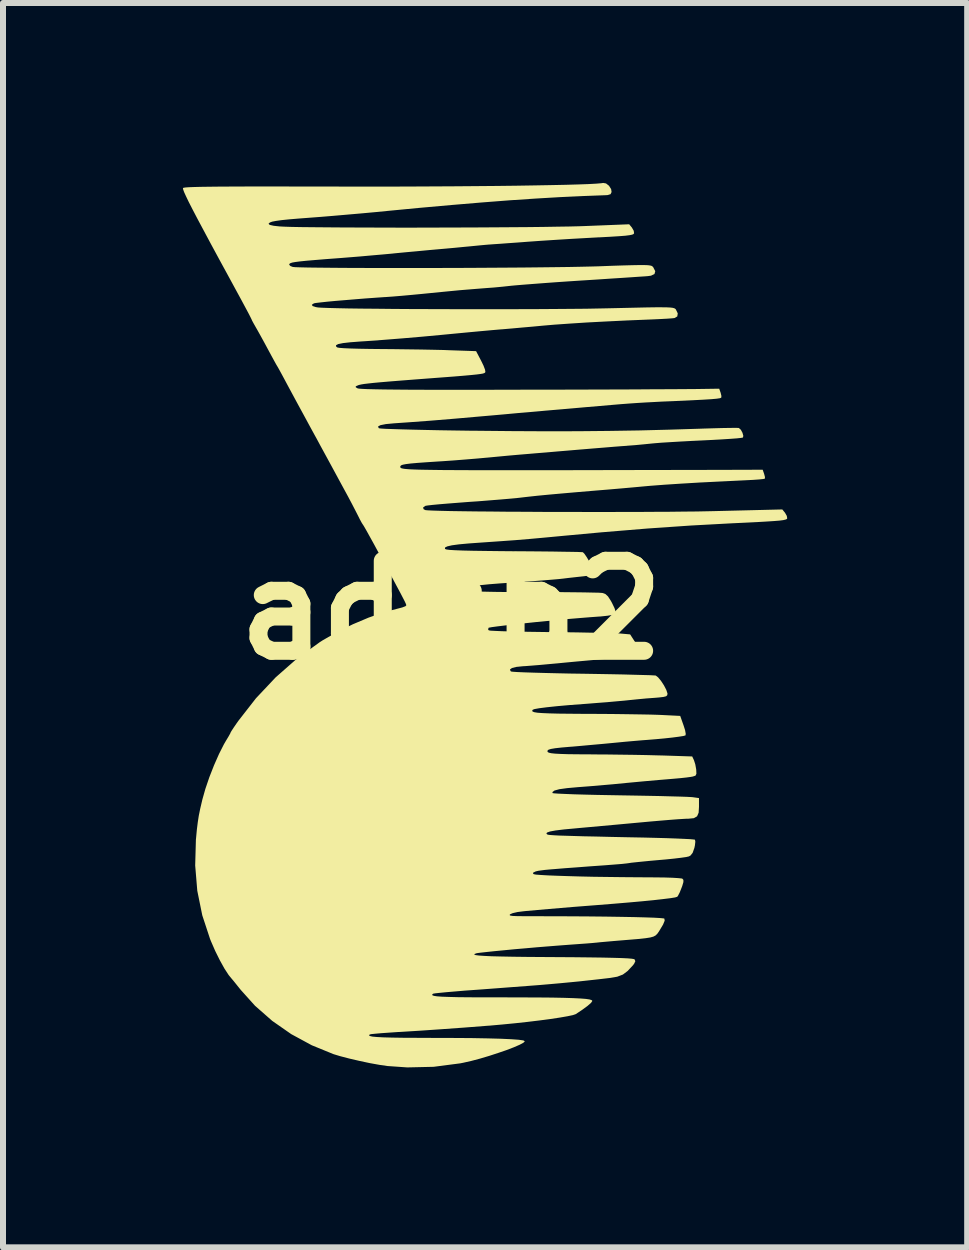
<source format=kicad_pcb>
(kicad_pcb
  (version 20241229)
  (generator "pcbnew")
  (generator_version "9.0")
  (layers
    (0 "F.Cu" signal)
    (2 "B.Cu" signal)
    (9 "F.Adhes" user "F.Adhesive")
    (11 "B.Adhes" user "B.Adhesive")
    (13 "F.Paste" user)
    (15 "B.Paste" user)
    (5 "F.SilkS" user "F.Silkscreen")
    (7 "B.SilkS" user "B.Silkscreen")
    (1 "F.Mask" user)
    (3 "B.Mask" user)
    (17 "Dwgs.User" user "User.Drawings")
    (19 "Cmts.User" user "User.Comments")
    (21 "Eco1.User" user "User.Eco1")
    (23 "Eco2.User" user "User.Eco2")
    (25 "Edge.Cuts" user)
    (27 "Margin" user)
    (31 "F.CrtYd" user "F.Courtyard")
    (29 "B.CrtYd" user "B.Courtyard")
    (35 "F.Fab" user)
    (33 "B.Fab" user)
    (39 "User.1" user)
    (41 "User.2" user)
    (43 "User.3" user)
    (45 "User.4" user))
  (footprint "adlib2"
    (layer "F.Cu")
    (at 4.474 7.121)
    (property "Reference" "adlib2" (at 0 0 0) (layer "F.SilkS") (effects (font (size 1.5 1.5) (thickness 0.3))))
    (attr board_only exclude_from_pos_files exclude_from_bom)
    (fp_poly (pts (xy 2.579 -7.113) (xy 2.629 -7.074) (xy 2.664 -7.019) (xy 2.672 -6.97) (xy 2.655 -6.934) (xy 2.607 -6.919) (xy 2.578 -6.917) (xy 2.206 -6.903) (xy 1.818 -6.885) (xy 1.41 -6.861) (xy 0.976 -6.832) (xy 0.512 -6.796) (xy 0.012 -6.754) (xy -0.527 -6.706) (xy -1.039 -6.657) (xy -1.263 -6.635) (xy -1.503 -6.613) (xy -1.745 -6.592) (xy -1.976 -6.572) (xy -2.182 -6.555) (xy -2.327 -6.544) (xy -2.538 -6.528) (xy -2.705 -6.514) (xy -2.831 -6.501) (xy -2.923 -6.488) (xy -2.986 -6.476) (xy -3.024 -6.462) (xy -3.043 -6.446) (xy -3.046 -6.44) (xy -3.028 -6.422) (xy -2.962 -6.407) (xy -2.86 -6.396) (xy -2.783 -6.392) (xy -2.661 -6.388) (xy -2.497 -6.385) (xy -2.297 -6.383) (xy -2.066 -6.381) (xy -1.807 -6.379) (xy -1.525 -6.378) (xy -1.225 -6.377) (xy -0.912 -6.376) (xy -0.59 -6.376) (xy -0.263 -6.377) (xy 0.064 -6.378) (xy 0.386 -6.379) (xy 0.699 -6.381) (xy 0.998 -6.383) (xy 1.278 -6.385) (xy 1.536 -6.388) (xy 1.766 -6.392) (xy 1.965 -6.395) (xy 2.126 -6.399) (xy 2.215 -6.402) (xy 2.965 -6.432) (xy 3.01 -6.378) (xy 3.041 -6.324) (xy 3.047 -6.283) (xy 3.039 -6.27) (xy 3.015 -6.259) (xy 2.97 -6.25) (xy 2.898 -6.241) (xy 2.793 -6.233) (xy 2.65 -6.224) (xy 2.463 -6.214) (xy 2.452 -6.214) (xy 2.236 -6.202) (xy 1.989 -6.188) (xy 1.733 -6.172) (xy 1.487 -6.156) (xy 1.276 -6.141) (xy 1.106 -6.128) (xy 0.95 -6.117) (xy 0.816 -6.107) (xy 0.711 -6.1) (xy 0.644 -6.095) (xy 0.626 -6.094) (xy 0.568 -6.089) (xy 0.481 -6.081) (xy 0.4 -6.073) (xy 0.319 -6.065) (xy 0.201 -6.054) (xy 0.058 -6.04) (xy -0.096 -6.026) (xy -0.188 -6.018) (xy -0.368 -6.002) (xy -0.568 -5.983) (xy -0.766 -5.965) (xy -0.943 -5.948) (xy -0.988 -5.943) (xy -1.141 -5.929) (xy -1.326 -5.913) (xy -1.527 -5.895) (xy -1.726 -5.879) (xy -1.864 -5.868) (xy -2.092 -5.851) (xy -2.274 -5.836) (xy -2.416 -5.824) (xy -2.523 -5.813) (xy -2.6 -5.803) (xy -2.651 -5.794) (xy -2.682 -5.784) (xy -2.698 -5.773) (xy -2.702 -5.76) (xy -2.703 -5.757) (xy -2.682 -5.736) (xy -2.644 -5.721) (xy -2.603 -5.717) (xy -2.516 -5.714) (xy -2.388 -5.711) (xy -2.222 -5.709) (xy -2.023 -5.707) (xy -1.794 -5.705) (xy -1.54 -5.704) (xy -1.266 -5.703) (xy -0.974 -5.703) (xy -0.669 -5.703) (xy -0.356 -5.703) (xy -0.039 -5.704) (xy 0.279 -5.705) (xy 0.593 -5.707) (xy 0.899 -5.709) (xy 1.193 -5.711) (xy 1.47 -5.714) (xy 1.727 -5.717) (xy 1.96 -5.72) (xy 2.164 -5.724) (xy 2.335 -5.728) (xy 2.447 -5.731) (xy 2.68 -5.74) (xy 2.869 -5.746) (xy 3.018 -5.75) (xy 3.131 -5.752) (xy 3.215 -5.752) (xy 3.275 -5.75) (xy 3.314 -5.745) (xy 3.34 -5.738) (xy 3.355 -5.728) (xy 3.366 -5.716) (xy 3.4 -5.65) (xy 3.387 -5.603) (xy 3.329 -5.575) (xy 3.278 -5.568) (xy 3.229 -5.564) (xy 3.135 -5.558) (xy 3.004 -5.549) (xy 2.841 -5.538) (xy 2.653 -5.526) (xy 2.446 -5.512) (xy 2.226 -5.498) (xy 2.177 -5.495) (xy 1.95 -5.48) (xy 1.732 -5.465) (xy 1.528 -5.45) (xy 1.345 -5.436) (xy 1.191 -5.424) (xy 1.072 -5.414) (xy 0.996 -5.407) (xy 0.988 -5.406) (xy 0.859 -5.392) (xy 0.712 -5.378) (xy 0.577 -5.368) (xy 0.576 -5.368) (xy 0.375 -5.352) (xy 0.143 -5.333) (xy -0.127 -5.307) (xy -0.44 -5.276) (xy -0.5 -5.27) (xy -0.658 -5.255) (xy -0.823 -5.24) (xy -0.979 -5.227) (xy -1.105 -5.218) (xy -1.114 -5.218) (xy -1.27 -5.207) (xy -1.438 -5.195) (xy -1.61 -5.181) (xy -1.778 -5.167) (xy -1.935 -5.154) (xy -2.073 -5.141) (xy -2.183 -5.129) (xy -2.259 -5.12) (xy -2.29 -5.114) (xy -2.325 -5.091) (xy -2.313 -5.069) (xy -2.257 -5.051) (xy -2.221 -5.045) (xy -2.16 -5.041) (xy -2.052 -5.037) (xy -1.904 -5.033) (xy -1.719 -5.029) (xy -1.502 -5.026) (xy -1.257 -5.024) (xy -0.988 -5.021) (xy -0.7 -5.019) (xy -0.398 -5.018) (xy -0.086 -5.017) (xy 0.233 -5.016) (xy 0.552 -5.016) (xy 0.869 -5.016) (xy 1.177 -5.017) (xy 1.474 -5.018) (xy 1.755 -5.02) (xy 2.014 -5.022) (xy 2.249 -5.024) (xy 2.453 -5.028) (xy 2.599 -5.031) (xy 2.863 -5.037) (xy 3.083 -5.042) (xy 3.261 -5.046) (xy 3.402 -5.048) (xy 3.512 -5.048) (xy 3.593 -5.047) (xy 3.652 -5.044) (xy 3.692 -5.039) (xy 3.717 -5.032) (xy 3.732 -5.024) (xy 3.743 -5.013) (xy 3.743 -5.013) (xy 3.775 -4.947) (xy 3.767 -4.896) (xy 3.722 -4.869) (xy 3.678 -4.864) (xy 3.594 -4.858) (xy 3.481 -4.852) (xy 3.351 -4.846) (xy 3.303 -4.844) (xy 2.936 -4.829) (xy 2.587 -4.812) (xy 2.262 -4.795) (xy 1.969 -4.776) (xy 1.713 -4.758) (xy 1.527 -4.742) (xy 1.358 -4.726) (xy 1.175 -4.71) (xy 0.997 -4.694) (xy 0.846 -4.681) (xy 0.826 -4.68) (xy 0.678 -4.667) (xy 0.501 -4.651) (xy 0.318 -4.634) (xy 0.149 -4.618) (xy 0.138 -4.617) (xy -0.165 -4.588) (xy -0.488 -4.558) (xy -0.816 -4.53) (xy -1.131 -4.505) (xy -1.419 -4.484) (xy -1.513 -4.478) (xy -1.683 -4.465) (xy -1.806 -4.451) (xy -1.885 -4.435) (xy -1.922 -4.416) (xy -1.921 -4.395) (xy -1.902 -4.379) (xy -1.867 -4.372) (xy -1.79 -4.366) (xy -1.675 -4.361) (xy -1.531 -4.357) (xy -1.362 -4.354) (xy -1.177 -4.352) (xy -1.164 -4.352) (xy -0.951 -4.35) (xy -0.729 -4.347) (xy -0.508 -4.344) (xy -0.303 -4.34) (xy -0.126 -4.336) (xy -0.025 -4.332) (xy 0.413 -4.317) (xy 0.496 -4.159) (xy 0.536 -4.077) (xy 0.562 -4.009) (xy 0.568 -3.97) (xy 0.567 -3.969) (xy 0.562 -3.959) (xy 0.549 -3.951) (xy 0.525 -3.943) (xy 0.484 -3.936) (xy 0.422 -3.928) (xy 0.333 -3.919) (xy 0.213 -3.908) (xy 0.057 -3.895) (xy -0.14 -3.88) (xy -0.325 -3.866) (xy -0.601 -3.845) (xy -0.832 -3.827) (xy -1.021 -3.812) (xy -1.173 -3.799) (xy -1.293 -3.788) (xy -1.384 -3.778) (xy -1.452 -3.77) (xy -1.5 -3.762) (xy -1.532 -3.755) (xy -1.549 -3.75) (xy -1.593 -3.731) (xy -1.593 -3.715) (xy -1.564 -3.697) (xy -1.54 -3.692) (xy -1.486 -3.688) (xy -1.399 -3.684) (xy -1.279 -3.681) (xy -1.122 -3.678) (xy -0.928 -3.676) (xy -0.694 -3.674) (xy -0.419 -3.673) (xy -0.101 -3.673) (xy 0.262 -3.673) (xy 0.672 -3.673) (xy 1.064 -3.674) (xy 1.429 -3.675) (xy 1.786 -3.675) (xy 2.133 -3.676) (xy 2.464 -3.677) (xy 2.775 -3.678) (xy 3.063 -3.679) (xy 3.324 -3.681) (xy 3.553 -3.682) (xy 3.747 -3.683) (xy 3.901 -3.684) (xy 4.011 -3.685) (xy 4.053 -3.685) (xy 4.466 -3.691) (xy 4.49 -3.623) (xy 4.503 -3.569) (xy 4.5 -3.541) (xy 4.477 -3.532) (xy 4.422 -3.524) (xy 4.333 -3.516) (xy 4.204 -3.508) (xy 4.032 -3.499) (xy 3.891 -3.492) (xy 3.685 -3.483) (xy 3.513 -3.476) (xy 3.364 -3.468) (xy 3.23 -3.461) (xy 3.101 -3.453) (xy 2.97 -3.444) (xy 2.826 -3.433) (xy 2.661 -3.419) (xy 2.465 -3.402) (xy 2.23 -3.382) (xy 2.196 -3.379) (xy 2.071 -3.368) (xy 1.912 -3.354) (xy 1.737 -3.339) (xy 1.561 -3.324) (xy 1.476 -3.316) (xy 1.307 -3.301) (xy 1.104 -3.284) (xy 0.888 -3.264) (xy 0.674 -3.245) (xy 0.5 -3.23) (xy 0.068 -3.192) (xy -0.343 -3.158) (xy -0.721 -3.13) (xy -0.952 -3.114) (xy -1.091 -3.101) (xy -1.181 -3.083) (xy -1.221 -3.062) (xy -1.212 -3.036) (xy -1.205 -3.031) (xy -1.174 -3.027) (xy -1.098 -3.022) (xy -0.98 -3.018) (xy -0.826 -3.013) (xy -0.639 -3.008) (xy -0.424 -3.003) (xy -0.184 -2.998) (xy 0.074 -2.994) (xy 0.348 -2.99) (xy 0.397 -2.99) (xy 1.005 -2.984) (xy 1.572 -2.981) (xy 2.109 -2.982) (xy 2.625 -2.987) (xy 3.131 -2.995) (xy 3.635 -3.008) (xy 4.147 -3.024) (xy 4.204 -3.026) (xy 4.368 -3.031) (xy 4.516 -3.035) (xy 4.639 -3.037) (xy 4.732 -3.038) (xy 4.785 -3.037) (xy 4.795 -3.035) (xy 4.827 -3.006) (xy 4.854 -2.956) (xy 4.868 -2.905) (xy 4.862 -2.877) (xy 4.833 -2.871) (xy 4.76 -2.863) (xy 4.651 -2.855) (xy 4.513 -2.846) (xy 4.352 -2.837) (xy 4.192 -2.829) (xy 4.003 -2.82) (xy 3.82 -2.81) (xy 3.651 -2.8) (xy 3.506 -2.791) (xy 3.395 -2.782) (xy 3.341 -2.777) (xy 3.212 -2.764) (xy 3.064 -2.75) (xy 2.93 -2.74) (xy 2.928 -2.739) (xy 2.839 -2.733) (xy 2.711 -2.723) (xy 2.555 -2.71) (xy 2.382 -2.696) (xy 2.202 -2.681) (xy 2.14 -2.676) (xy 1.952 -2.66) (xy 1.761 -2.644) (xy 1.578 -2.628) (xy 1.416 -2.615) (xy 1.289 -2.604) (xy 1.264 -2.602) (xy 1.121 -2.59) (xy 0.95 -2.575) (xy 0.77 -2.558) (xy 0.602 -2.542) (xy 0.588 -2.541) (xy 0.423 -2.526) (xy 0.228 -2.51) (xy 0.026 -2.494) (xy -0.162 -2.481) (xy -0.213 -2.478) (xy -0.41 -2.465) (xy -0.562 -2.454) (xy -0.676 -2.444) (xy -0.756 -2.434) (xy -0.808 -2.424) (xy -0.837 -2.413) (xy -0.849 -2.4) (xy -0.851 -2.392) (xy -0.851 -2.384) (xy -0.849 -2.377) (xy -0.843 -2.371) (xy -0.832 -2.365) (xy -0.812 -2.36) (xy -0.784 -2.355) (xy -0.744 -2.351) (xy -0.69 -2.347) (xy -0.621 -2.344) (xy -0.534 -2.341) (xy -0.428 -2.339) (xy -0.301 -2.337) (xy -0.15 -2.335) (xy 0.026 -2.334) (xy 0.229 -2.333) (xy 0.462 -2.332) (xy 0.725 -2.332) (xy 1.022 -2.332) (xy 1.354 -2.332) (xy 1.723 -2.332) (xy 2.13 -2.333) (xy 2.579 -2.334) (xy 3.071 -2.335) (xy 3.607 -2.336) (xy 4.191 -2.337) (xy 4.591 -2.338) (xy 5.191 -2.34) (xy 5.215 -2.271) (xy 5.229 -2.218) (xy 5.227 -2.191) (xy 5.198 -2.185) (xy 5.13 -2.178) (xy 5.032 -2.171) (xy 4.916 -2.165) (xy 4.506 -2.145) (xy 4.145 -2.127) (xy 3.828 -2.108) (xy 3.552 -2.09) (xy 3.316 -2.072) (xy 3.216 -2.063) (xy 3.042 -2.047) (xy 2.84 -2.029) (xy 2.632 -2.011) (xy 2.437 -1.995) (xy 2.377 -1.99) (xy 2.081 -1.965) (xy 1.829 -1.943) (xy 1.618 -1.924) (xy 1.441 -1.907) (xy 1.293 -1.891) (xy 1.171 -1.877) (xy 1.164 -1.876) (xy 1.084 -1.867) (xy 0.963 -1.856) (xy 0.811 -1.843) (xy 0.636 -1.829) (xy 0.449 -1.814) (xy 0.287 -1.803) (xy 0.107 -1.789) (xy -0.059 -1.776) (xy -0.203 -1.764) (xy -0.318 -1.753) (xy -0.396 -1.744) (xy -0.432 -1.738) (xy -0.432 -1.738) (xy -0.471 -1.71) (xy -0.462 -1.682) (xy -0.432 -1.667) (xy -0.392 -1.663) (xy -0.306 -1.659) (xy -0.179 -1.655) (xy -0.014 -1.651) (xy 0.184 -1.648) (xy 0.41 -1.645) (xy 0.662 -1.643) (xy 0.935 -1.64) (xy 1.224 -1.639) (xy 1.525 -1.637) (xy 1.834 -1.636) (xy 2.147 -1.636) (xy 2.46 -1.635) (xy 2.768 -1.636) (xy 3.067 -1.636) (xy 3.354 -1.638) (xy 3.623 -1.639) (xy 3.871 -1.642) (xy 4.093 -1.644) (xy 4.286 -1.648) (xy 4.379 -1.65) (xy 5.518 -1.678) (xy 5.563 -1.623) (xy 5.593 -1.57) (xy 5.6 -1.529) (xy 5.593 -1.518) (xy 5.572 -1.509) (xy 5.534 -1.5) (xy 5.473 -1.492) (xy 5.386 -1.485) (xy 5.266 -1.477) (xy 5.111 -1.468) (xy 4.914 -1.458) (xy 4.679 -1.447) (xy 3.997 -1.41) (xy 3.271 -1.36) (xy 2.507 -1.297) (xy 1.877 -1.239) (xy 1.581 -1.211) (xy 1.317 -1.187) (xy 1.067 -1.166) (xy 0.815 -1.148) (xy 0.543 -1.129) (xy 0.5 -1.126) (xy 0.29 -1.111) (xy 0.127 -1.096) (xy 0.009 -1.08) (xy -0.068 -1.062) (xy -0.105 -1.043) (xy -0.106 -1.022) (xy -0.102 -1.018) (xy -0.079 -1.01) (xy -0.024 -1.003) (xy 0.066 -0.998) (xy 0.192 -0.993) (xy 0.359 -0.989) (xy 0.568 -0.986) (xy 0.822 -0.983) (xy 1.046 -0.981) (xy 1.278 -0.98) (xy 1.496 -0.978) (xy 1.693 -0.976) (xy 1.864 -0.973) (xy 2.005 -0.971) (xy 2.11 -0.969) (xy 2.175 -0.966) (xy 2.193 -0.965) (xy 2.219 -0.939) (xy 2.258 -0.882) (xy 2.302 -0.808) (xy 2.344 -0.73) (xy 2.376 -0.66) (xy 2.392 -0.613) (xy 2.391 -0.602) (xy 2.361 -0.589) (xy 2.295 -0.575) (xy 2.208 -0.564) (xy 2.088 -0.551) (xy 1.953 -0.536) (xy 1.864 -0.525) (xy 1.79 -0.517) (xy 1.674 -0.507) (xy 1.528 -0.495) (xy 1.36 -0.482) (xy 1.179 -0.47) (xy 1.064 -0.462) (xy 0.826 -0.446) (xy 0.634 -0.431) (xy 0.486 -0.416) (xy 0.377 -0.401) (xy 0.303 -0.386) (xy 0.262 -0.369) (xy 0.25 -0.353) (xy 0.257 -0.34) (xy 0.279 -0.33) (xy 0.32 -0.321) (xy 0.385 -0.315) (xy 0.478 -0.309) (xy 0.601 -0.306) (xy 0.76 -0.303) (xy 0.958 -0.301) (xy 1.198 -0.3) (xy 1.426 -0.3) (xy 1.65 -0.3) (xy 1.861 -0.299) (xy 2.053 -0.297) (xy 2.22 -0.295) (xy 2.356 -0.292) (xy 2.456 -0.29) (xy 2.513 -0.286) (xy 2.522 -0.285) (xy 2.57 -0.267) (xy 2.612 -0.228) (xy 2.658 -0.157) (xy 2.678 -0.121) (xy 2.721 -0.032) (xy 2.738 0.024) (xy 2.731 0.058) (xy 2.73 0.06) (xy 2.689 0.079) (xy 2.605 0.094) (xy 2.481 0.107) (xy 2.459 0.108) (xy 2.322 0.118) (xy 2.16 0.131) (xy 1.98 0.146) (xy 1.789 0.163) (xy 1.593 0.182) (xy 1.399 0.201) (xy 1.212 0.221) (xy 1.04 0.239) (xy 0.889 0.257) (xy 0.765 0.272) (xy 0.676 0.284) (xy 0.627 0.293) (xy 0.62 0.296) (xy 0.614 0.327) (xy 0.626 0.338) (xy 0.657 0.343) (xy 0.733 0.347) (xy 0.847 0.352) (xy 0.995 0.356) (xy 1.171 0.36) (xy 1.37 0.363) (xy 1.586 0.366) (xy 1.661 0.367) (xy 1.887 0.369) (xy 2.104 0.372) (xy 2.304 0.376) (xy 2.482 0.379) (xy 2.63 0.383) (xy 2.743 0.386) (xy 2.814 0.39) (xy 2.823 0.391) (xy 2.981 0.405) (xy 3.071 0.544) (xy 3.116 0.616) (xy 3.146 0.669) (xy 3.157 0.709) (xy 3.142 0.737) (xy 3.097 0.757) (xy 3.019 0.772) (xy 2.902 0.785) (xy 2.741 0.799) (xy 2.678 0.804) (xy 2.488 0.821) (xy 2.279 0.84) (xy 2.069 0.859) (xy 1.879 0.877) (xy 1.777 0.887) (xy 1.623 0.901) (xy 1.471 0.915) (xy 1.336 0.926) (xy 1.231 0.934) (xy 1.193 0.936) (xy 1.086 0.947) (xy 1.012 0.965) (xy 0.978 0.989) (xy 0.987 1.016) (xy 0.997 1.024) (xy 1.028 1.028) (xy 1.104 1.033) (xy 1.22 1.038) (xy 1.371 1.043) (xy 1.551 1.048) (xy 1.756 1.053) (xy 1.98 1.058) (xy 2.198 1.061) (xy 2.436 1.065) (xy 2.66 1.069) (xy 2.864 1.073) (xy 3.043 1.078) (xy 3.192 1.082) (xy 3.306 1.085) (xy 3.38 1.089) (xy 3.408 1.091) (xy 3.447 1.121) (xy 3.496 1.18) (xy 3.545 1.255) (xy 3.584 1.33) (xy 3.603 1.388) (xy 3.604 1.395) (xy 3.599 1.42) (xy 3.58 1.437) (xy 3.536 1.448) (xy 3.459 1.457) (xy 3.385 1.463) (xy 3.25 1.473) (xy 3.103 1.487) (xy 2.973 1.5) (xy 2.965 1.501) (xy 2.878 1.51) (xy 2.753 1.521) (xy 2.6 1.535) (xy 2.43 1.548) (xy 2.256 1.562) (xy 2.227 1.564) (xy 1.974 1.583) (xy 1.761 1.602) (xy 1.591 1.62) (xy 1.466 1.636) (xy 1.388 1.65) (xy 1.358 1.661) (xy 1.348 1.678) (xy 1.355 1.691) (xy 1.383 1.702) (xy 1.436 1.711) (xy 1.519 1.717) (xy 1.635 1.722) (xy 1.788 1.726) (xy 1.982 1.728) (xy 2.222 1.73) (xy 2.297 1.73) (xy 2.522 1.731) (xy 2.745 1.733) (xy 2.957 1.736) (xy 3.149 1.739) (xy 3.315 1.742) (xy 3.445 1.746) (xy 3.516 1.749) (xy 3.816 1.764) (xy 3.871 1.92) (xy 3.897 2.001) (xy 3.908 2.063) (xy 3.904 2.089) (xy 3.868 2.099) (xy 3.791 2.111) (xy 3.683 2.125) (xy 3.554 2.139) (xy 3.414 2.152) (xy 3.278 2.163) (xy 3.186 2.17) (xy 3.057 2.181) (xy 2.908 2.194) (xy 2.753 2.209) (xy 2.69 2.215) (xy 2.522 2.231) (xy 2.342 2.247) (xy 2.168 2.263) (xy 2.021 2.276) (xy 1.99 2.278) (xy 1.838 2.291) (xy 1.731 2.303) (xy 1.66 2.315) (xy 1.619 2.328) (xy 1.603 2.344) (xy 1.602 2.351) (xy 1.607 2.366) (xy 1.626 2.377) (xy 1.665 2.386) (xy 1.728 2.393) (xy 1.819 2.398) (xy 1.945 2.402) (xy 2.111 2.404) (xy 2.32 2.405) (xy 2.361 2.406) (xy 2.575 2.407) (xy 2.805 2.41) (xy 3.035 2.413) (xy 3.252 2.417) (xy 3.441 2.422) (xy 3.528 2.424) (xy 4.016 2.44) (xy 4.045 2.502) (xy 4.067 2.57) (xy 4.082 2.653) (xy 4.083 2.664) (xy 4.086 2.728) (xy 4.071 2.76) (xy 4.025 2.775) (xy 3.991 2.781) (xy 3.918 2.791) (xy 3.815 2.802) (xy 3.702 2.812) (xy 3.679 2.814) (xy 3.476 2.831) (xy 3.224 2.853) (xy 2.925 2.881) (xy 2.69 2.904) (xy 2.562 2.915) (xy 2.405 2.929) (xy 2.24 2.942) (xy 2.109 2.952) (xy 1.931 2.968) (xy 1.801 2.986) (xy 1.72 3.008) (xy 1.686 3.033) (xy 1.688 3.051) (xy 1.715 3.055) (xy 1.786 3.06) (xy 1.898 3.065) (xy 2.044 3.071) (xy 2.22 3.076) (xy 2.421 3.081) (xy 2.64 3.085) (xy 2.808 3.088) (xy 3.043 3.092) (xy 3.266 3.096) (xy 3.471 3.1) (xy 3.652 3.105) (xy 3.804 3.109) (xy 3.921 3.113) (xy 3.998 3.117) (xy 4.023 3.119) (xy 4.129 3.134) (xy 4.129 3.28) (xy 4.123 3.378) (xy 4.097 3.438) (xy 4.043 3.469) (xy 3.951 3.478) (xy 3.924 3.478) (xy 3.871 3.481) (xy 3.775 3.487) (xy 3.645 3.497) (xy 3.489 3.51) (xy 3.315 3.525) (xy 3.141 3.541) (xy 2.934 3.56) (xy 2.718 3.58) (xy 2.506 3.599) (xy 2.31 3.617) (xy 2.144 3.632) (xy 2.059 3.64) (xy 1.875 3.657) (xy 1.737 3.674) (xy 1.645 3.691) (xy 1.595 3.709) (xy 1.585 3.727) (xy 1.598 3.739) (xy 1.61 3.744) (xy 1.633 3.748) (xy 1.671 3.751) (xy 1.727 3.755) (xy 1.806 3.759) (xy 1.909 3.762) (xy 2.042 3.766) (xy 2.208 3.771) (xy 2.41 3.775) (xy 2.652 3.781) (xy 2.938 3.787) (xy 3.203 3.792) (xy 3.403 3.797) (xy 3.588 3.802) (xy 3.75 3.808) (xy 3.885 3.814) (xy 3.985 3.819) (xy 4.046 3.825) (xy 4.062 3.828) (xy 4.068 3.861) (xy 4.061 3.924) (xy 4.052 3.965) (xy 4.023 4.047) (xy 3.986 4.093) (xy 3.959 4.107) (xy 3.914 4.117) (xy 3.829 4.129) (xy 3.713 4.143) (xy 3.576 4.157) (xy 3.46 4.167) (xy 3.314 4.18) (xy 3.182 4.193) (xy 3.074 4.204) (xy 2.999 4.212) (xy 2.969 4.217) (xy 2.925 4.223) (xy 2.842 4.232) (xy 2.731 4.241) (xy 2.602 4.251) (xy 2.565 4.254) (xy 2.298 4.273) (xy 2.077 4.29) (xy 1.897 4.303) (xy 1.753 4.315) (xy 1.641 4.324) (xy 1.556 4.332) (xy 1.495 4.34) (xy 1.451 4.346) (xy 1.421 4.353) (xy 1.403 4.358) (xy 1.362 4.379) (xy 1.365 4.396) (xy 1.376 4.403) (xy 1.413 4.41) (xy 1.494 4.416) (xy 1.614 4.423) (xy 1.767 4.429) (xy 1.949 4.435) (xy 2.153 4.441) (xy 2.375 4.446) (xy 2.608 4.449) (xy 2.847 4.452) (xy 3.087 4.454) (xy 3.241 4.455) (xy 3.407 4.456) (xy 3.557 4.458) (xy 3.684 4.462) (xy 3.781 4.468) (xy 3.838 4.474) (xy 3.851 4.477) (xy 3.869 4.498) (xy 3.869 4.534) (xy 3.85 4.599) (xy 3.839 4.628) (xy 3.809 4.704) (xy 3.78 4.761) (xy 3.767 4.779) (xy 3.732 4.79) (xy 3.651 4.803) (xy 3.529 4.818) (xy 3.369 4.836) (xy 3.175 4.855) (xy 2.951 4.875) (xy 2.702 4.896) (xy 2.44 4.917) (xy 2.029 4.949) (xy 1.626 4.983) (xy 1.251 5.016) (xy 1.195 5.022) (xy 1.102 5.034) (xy 1.024 5.052) (xy 0.982 5.07) (xy 0.971 5.083) (xy 0.984 5.093) (xy 1.025 5.099) (xy 1.102 5.102) (xy 1.219 5.103) (xy 1.289 5.103) (xy 1.644 5.104) (xy 1.979 5.105) (xy 2.29 5.107) (xy 2.574 5.11) (xy 2.828 5.114) (xy 3.049 5.118) (xy 3.233 5.123) (xy 3.379 5.128) (xy 3.482 5.134) (xy 3.541 5.14) (xy 3.552 5.144) (xy 3.557 5.178) (xy 3.53 5.243) (xy 3.49 5.31) (xy 3.461 5.358) (xy 3.435 5.395) (xy 3.407 5.423) (xy 3.37 5.443) (xy 3.316 5.458) (xy 3.239 5.47) (xy 3.131 5.482) (xy 2.986 5.494) (xy 2.84 5.506) (xy 2.708 5.517) (xy 2.584 5.528) (xy 2.483 5.537) (xy 2.417 5.544) (xy 2.415 5.544) (xy 2.353 5.55) (xy 2.254 5.558) (xy 2.13 5.567) (xy 1.993 5.577) (xy 1.952 5.58) (xy 1.793 5.592) (xy 1.617 5.606) (xy 1.43 5.621) (xy 1.24 5.638) (xy 1.053 5.654) (xy 0.878 5.671) (xy 0.721 5.686) (xy 0.589 5.7) (xy 0.489 5.711) (xy 0.429 5.719) (xy 0.417 5.722) (xy 0.387 5.733) (xy 0.383 5.743) (xy 0.407 5.752) (xy 0.461 5.759) (xy 0.548 5.765) (xy 0.67 5.771) (xy 0.832 5.775) (xy 1.033 5.779) (xy 1.279 5.782) (xy 1.571 5.784) (xy 1.719 5.785) (xy 2.032 5.787) (xy 2.298 5.79) (xy 2.518 5.793) (xy 2.697 5.797) (xy 2.837 5.801) (xy 2.94 5.806) (xy 3.009 5.812) (xy 3.047 5.819) (xy 3.055 5.823) (xy 3.068 5.853) (xy 3.047 5.897) (xy 3.026 5.924) (xy 2.94 6.016) (xy 2.86 6.076) (xy 2.766 6.112) (xy 2.64 6.133) (xy 2.633 6.134) (xy 2.453 6.155) (xy 2.289 6.173) (xy 2.133 6.19) (xy 1.979 6.205) (xy 1.822 6.22) (xy 1.653 6.235) (xy 1.467 6.251) (xy 1.258 6.267) (xy 1.018 6.285) (xy 0.742 6.306) (xy 0.422 6.33) (xy 0.405 6.331) (xy 0.224 6.344) (xy 0.06 6.358) (xy -0.082 6.37) (xy -0.194 6.381) (xy -0.269 6.389) (xy -0.302 6.395) (xy -0.303 6.395) (xy -0.319 6.409) (xy -0.316 6.421) (xy -0.29 6.431) (xy -0.238 6.439) (xy -0.157 6.445) (xy -0.043 6.449) (xy 0.107 6.453) (xy 0.296 6.455) (xy 0.529 6.456) (xy 0.808 6.456) (xy 0.836 6.456) (xy 1.163 6.457) (xy 1.443 6.458) (xy 1.679 6.46) (xy 1.874 6.464) (xy 2.031 6.469) (xy 2.153 6.475) (xy 2.243 6.482) (xy 2.304 6.491) (xy 2.339 6.502) (xy 2.351 6.515) (xy 2.351 6.516) (xy 2.33 6.547) (xy 2.273 6.597) (xy 2.185 6.662) (xy 2.075 6.735) (xy 2.074 6.736) (xy 2.027 6.752) (xy 1.937 6.771) (xy 1.81 6.793) (xy 1.653 6.817) (xy 1.471 6.841) (xy 1.272 6.865) (xy 1.061 6.888) (xy 0.846 6.909) (xy 0.633 6.928) (xy 0.613 6.929) (xy 0.201 6.961) (xy -0.174 6.988) (xy -0.524 7.012) (xy -0.861 7.033) (xy -0.888 7.034) (xy -1.033 7.044) (xy -1.162 7.053) (xy -1.265 7.062) (xy -1.334 7.069) (xy -1.36 7.075) (xy -1.372 7.088) (xy -1.359 7.1) (xy -1.317 7.11) (xy -1.244 7.117) (xy -1.135 7.123) (xy -0.988 7.127) (xy -0.799 7.13) (xy -0.567 7.131) (xy -0.348 7.132) (xy 0.016 7.133) (xy 0.333 7.135) (xy 0.602 7.14) (xy 0.824 7.146) (xy 0.998 7.154) (xy 1.123 7.163) (xy 1.2 7.174) (xy 1.226 7.187) (xy 1.226 7.187) (xy 1.203 7.212) (xy 1.14 7.246) (xy 1.043 7.288) (xy 0.921 7.335) (xy 0.781 7.383) (xy 0.631 7.432) (xy 0.48 7.477) (xy 0.333 7.516) (xy 0.2 7.546) (xy 0.15 7.556) (xy -0.295 7.614) (xy -0.734 7.624) (xy -1.063 7.601) (xy -1.195 7.582) (xy -1.356 7.553) (xy -1.53 7.516) (xy -1.702 7.476) (xy -1.855 7.436) (xy -1.964 7.403) (xy -2.326 7.255) (xy -2.669 7.069) (xy -2.986 6.848) (xy -3.272 6.597) (xy -3.511 6.331) (xy -3.572 6.255) (xy -3.621 6.194) (xy -3.649 6.16) (xy -3.653 6.156) (xy -3.712 6.084) (xy -3.783 5.975) (xy -3.859 5.838) (xy -3.936 5.683) (xy -4.007 5.52) (xy -4.023 5.48) (xy -4.152 5.088) (xy -4.235 4.679) (xy -4.27 4.257) (xy -4.258 3.826) (xy -4.256 3.808) (xy -4.242 3.658) (xy -4.227 3.538) (xy -4.21 3.428) (xy -4.186 3.31) (xy -4.152 3.165) (xy -4.149 3.153) (xy -4.1 2.98) (xy -4.034 2.786) (xy -3.956 2.587) (xy -3.873 2.399) (xy -3.791 2.237) (xy -3.755 2.175) (xy -3.714 2.107) (xy -3.686 2.057) (xy -3.679 2.039) (xy -3.665 2.015) (xy -3.629 1.96) (xy -3.577 1.884) (xy -3.55 1.846) (xy -3.256 1.469) (xy -2.928 1.121) (xy -2.572 0.808) (xy -2.195 0.536) (xy -2.14 0.501) (xy -1.899 0.363) (xy -1.641 0.236) (xy -1.378 0.125) (xy -1.125 0.036) (xy -0.895 -0.024) (xy -0.818 -0.044) (xy -0.766 -0.064) (xy -0.751 -0.078) (xy -0.753 -0.091) (xy -0.762 -0.114) (xy -0.78 -0.152) (xy -0.809 -0.208) (xy -0.85 -0.287) (xy -0.907 -0.393) (xy -0.98 -0.53) (xy -1.073 -0.701) (xy -1.188 -0.912) (xy -1.216 -0.963) (xy -1.29 -1.1) (xy -1.357 -1.221) (xy -1.412 -1.32) (xy -1.452 -1.39) (xy -1.473 -1.424) (xy -1.475 -1.426) (xy -1.493 -1.454) (xy -1.525 -1.513) (xy -1.557 -1.577) (xy -1.602 -1.665) (xy -1.66 -1.777) (xy -1.72 -1.89) (xy -1.733 -1.914) (xy -1.877 -2.179) (xy -2.001 -2.408) (xy -2.105 -2.599) (xy -2.188 -2.751) (xy -2.248 -2.863) (xy -2.277 -2.915) (xy -2.372 -3.089) (xy -2.47 -3.27) (xy -2.567 -3.448) (xy -2.656 -3.613) (xy -2.732 -3.754) (xy -2.78 -3.844) (xy -2.829 -3.935) (xy -2.87 -4.01) (xy -2.897 -4.058) (xy -2.903 -4.067) (xy -2.921 -4.098) (xy -2.957 -4.163) (xy -3.006 -4.253) (xy -3.054 -4.342) (xy -3.116 -4.457) (xy -3.178 -4.57) (xy -3.231 -4.665) (xy -3.258 -4.712) (xy -3.296 -4.779) (xy -3.322 -4.827) (xy -3.328 -4.842) (xy -3.34 -4.867) (xy -3.374 -4.934) (xy -3.429 -5.037) (xy -3.503 -5.175) (xy -3.595 -5.344) (xy -3.696 -5.53) (xy -3.864 -5.838) (xy -4.008 -6.104) (xy -4.13 -6.332) (xy -4.232 -6.523) (xy -4.314 -6.68) (xy -4.378 -6.805) (xy -4.424 -6.901) (xy -4.455 -6.969) (xy -4.471 -7.014) (xy -4.474 -7.036) (xy -4.474 -7.036) (xy -4.462 -7.041) (xy -4.429 -7.046) (xy -4.372 -7.05) (xy -4.29 -7.053) (xy -4.178 -7.056) (xy -4.036 -7.058) (xy -3.86 -7.06) (xy -3.649 -7.061) (xy -3.399 -7.062) (xy -3.109 -7.062) (xy -2.777 -7.062) (xy -2.398 -7.061) (xy -1.988 -7.061) (xy -1.571 -7.06) (xy -1.157 -7.06) (xy -0.75 -7.061) (xy -0.352 -7.063) (xy 0.034 -7.065) (xy 0.404 -7.068) (xy 0.754 -7.071) (xy 1.083 -7.075) (xy 1.386 -7.08) (xy 1.661 -7.085) (xy 1.904 -7.09) (xy 2.113 -7.096) (xy 2.283 -7.102) (xy 2.412 -7.109) (xy 2.497 -7.116) (xy 2.532 -7.121)) (stroke (width 0) (type solid)) (fill yes) (layer "F.SilkS")))
  (gr_rect
    (start -3 -3)
    (end 13.074 17.745)
    (stroke (width 0.1) (type default))
    (fill no)
    (layer "Edge.Cuts")))
</source>
